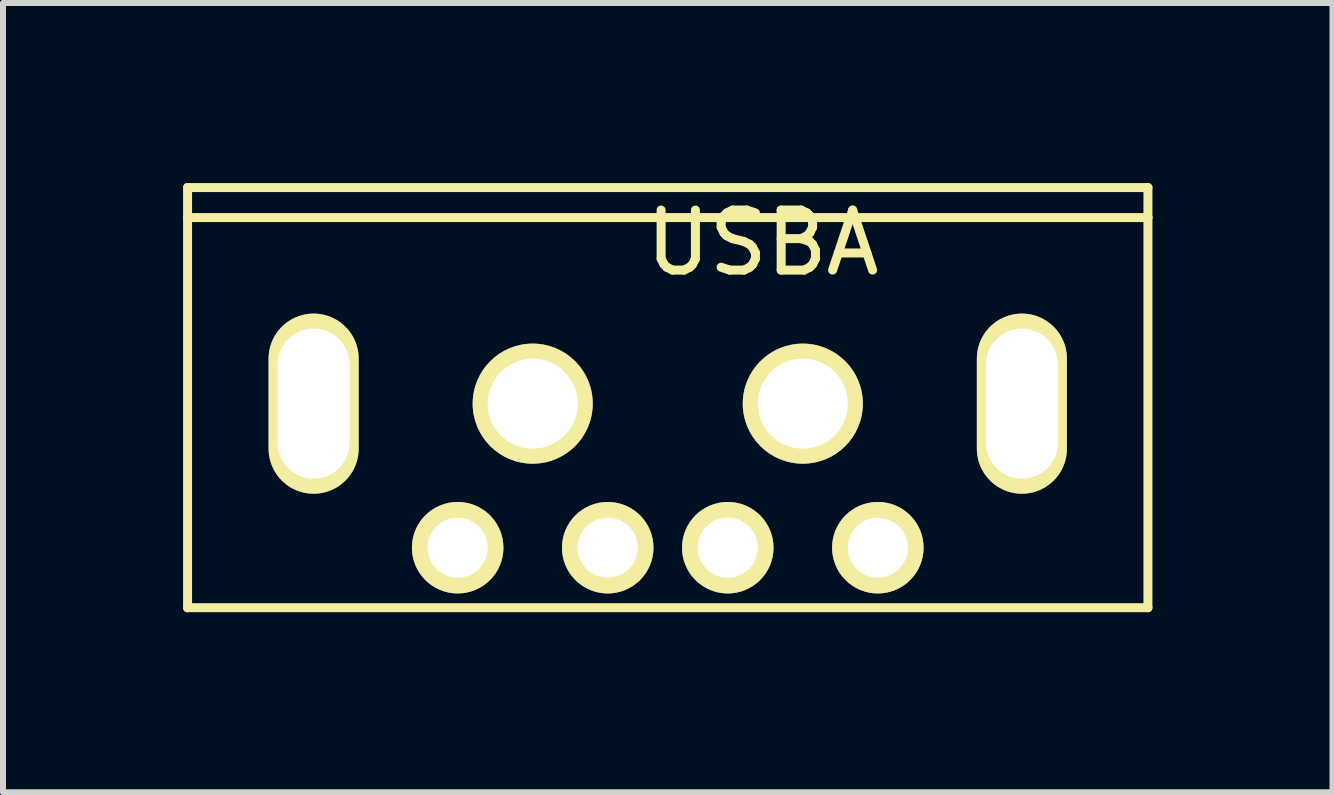
<source format=kicad_pcb>
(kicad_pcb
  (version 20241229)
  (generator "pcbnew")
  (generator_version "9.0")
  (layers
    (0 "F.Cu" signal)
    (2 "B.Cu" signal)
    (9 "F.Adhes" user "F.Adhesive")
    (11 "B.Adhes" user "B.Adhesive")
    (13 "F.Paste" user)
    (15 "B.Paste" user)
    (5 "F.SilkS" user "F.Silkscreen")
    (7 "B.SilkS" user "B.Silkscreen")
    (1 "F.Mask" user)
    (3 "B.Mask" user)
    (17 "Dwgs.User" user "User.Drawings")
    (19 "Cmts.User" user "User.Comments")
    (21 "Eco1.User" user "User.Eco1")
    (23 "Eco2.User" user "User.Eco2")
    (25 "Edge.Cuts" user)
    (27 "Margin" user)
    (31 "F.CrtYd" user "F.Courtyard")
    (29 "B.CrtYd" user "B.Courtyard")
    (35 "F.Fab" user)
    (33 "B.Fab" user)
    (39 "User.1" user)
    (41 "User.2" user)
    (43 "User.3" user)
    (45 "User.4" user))
  (footprint "USBA"
    (layer "F.Cu")
    (at 4.575 6.075)
    (property "Reference" "USBA" (at 5.08 -5.08 0) (layer "F.SilkS") (effects (font (size 1 1) (thickness 0.15))))
    (attr through_hole)
    (fp_line (start -4.5 -6) (end -4.5 -5.5) (stroke (width 0.15) (type solid)) (layer "F.SilkS"))
    (fp_line (start -4.5 -5.5) (end -4.5 1) (stroke (width 0.15) (type solid)) (layer "F.SilkS"))
    (fp_line (start -4.5 1) (end 11.5 1) (stroke (width 0.15) (type solid)) (layer "F.SilkS"))
    (fp_line (start 11.5 -6) (end -4.5 -6) (stroke (width 0.15) (type solid)) (layer "F.SilkS"))
    (fp_line (start 11.5 -5.5) (end -4.5 -5.5) (stroke (width 0.15) (type solid)) (layer "F.SilkS"))
    (fp_line (start 11.5 -5.5) (end 11.5 -6) (stroke (width 0.15) (type solid)) (layer "F.SilkS"))
    (fp_line (start 11.5 1) (end 11.5 -5.5) (stroke (width 0.15) (type solid)) (layer "F.SilkS"))
    (pad "" np_thru_hole circle (at 1.25 -2.4) (size 2 2) (drill 1.5) (layers "*.Cu" "*.Mask" "F.SilkS"))
    (pad "" np_thru_hole circle (at 5.75 -2.4) (size 2 2) (drill 1.5) (layers "*.Cu" "*.Mask" "F.SilkS"))
    (pad "1" thru_hole circle (at 0 0) (size 1.524 1.524) (drill 1) (layers "*.Cu" "*.Paste" "*.Mask" "F.SilkS"))
    (pad "2" thru_hole circle (at 2.5 0) (size 1.524 1.524) (drill 1) (layers "*.Cu" "*.Paste" "*.Mask" "F.SilkS"))
    (pad "3" thru_hole circle (at 4.5 0) (size 1.524 1.524) (drill 1) (layers "*.Cu" "*.Paste" "*.Mask" "F.SilkS"))
    (pad "4" thru_hole circle (at 7 0) (size 1.524 1.524) (drill 1) (layers "*.Cu" "*.Paste" "*.Mask" "F.SilkS"))
    (pad "5" thru_hole oval (at -2.4 -2.4) (size 1.5 3) (drill oval 1.2 2.5) (layers "*.Cu" "*.Paste" "*.Mask" "F.SilkS"))
    (pad "5" thru_hole oval (at 9.4 -2.4) (size 1.5 3) (drill oval 1.2 2.5) (layers "*.Cu" "*.Paste" "*.Mask" "F.SilkS")))
  (gr_rect
    (start -3 -3)
    (end 19.15 10.15)
    (stroke (width 0.1) (type default))
    (fill no)
    (layer "Edge.Cuts")))
</source>
